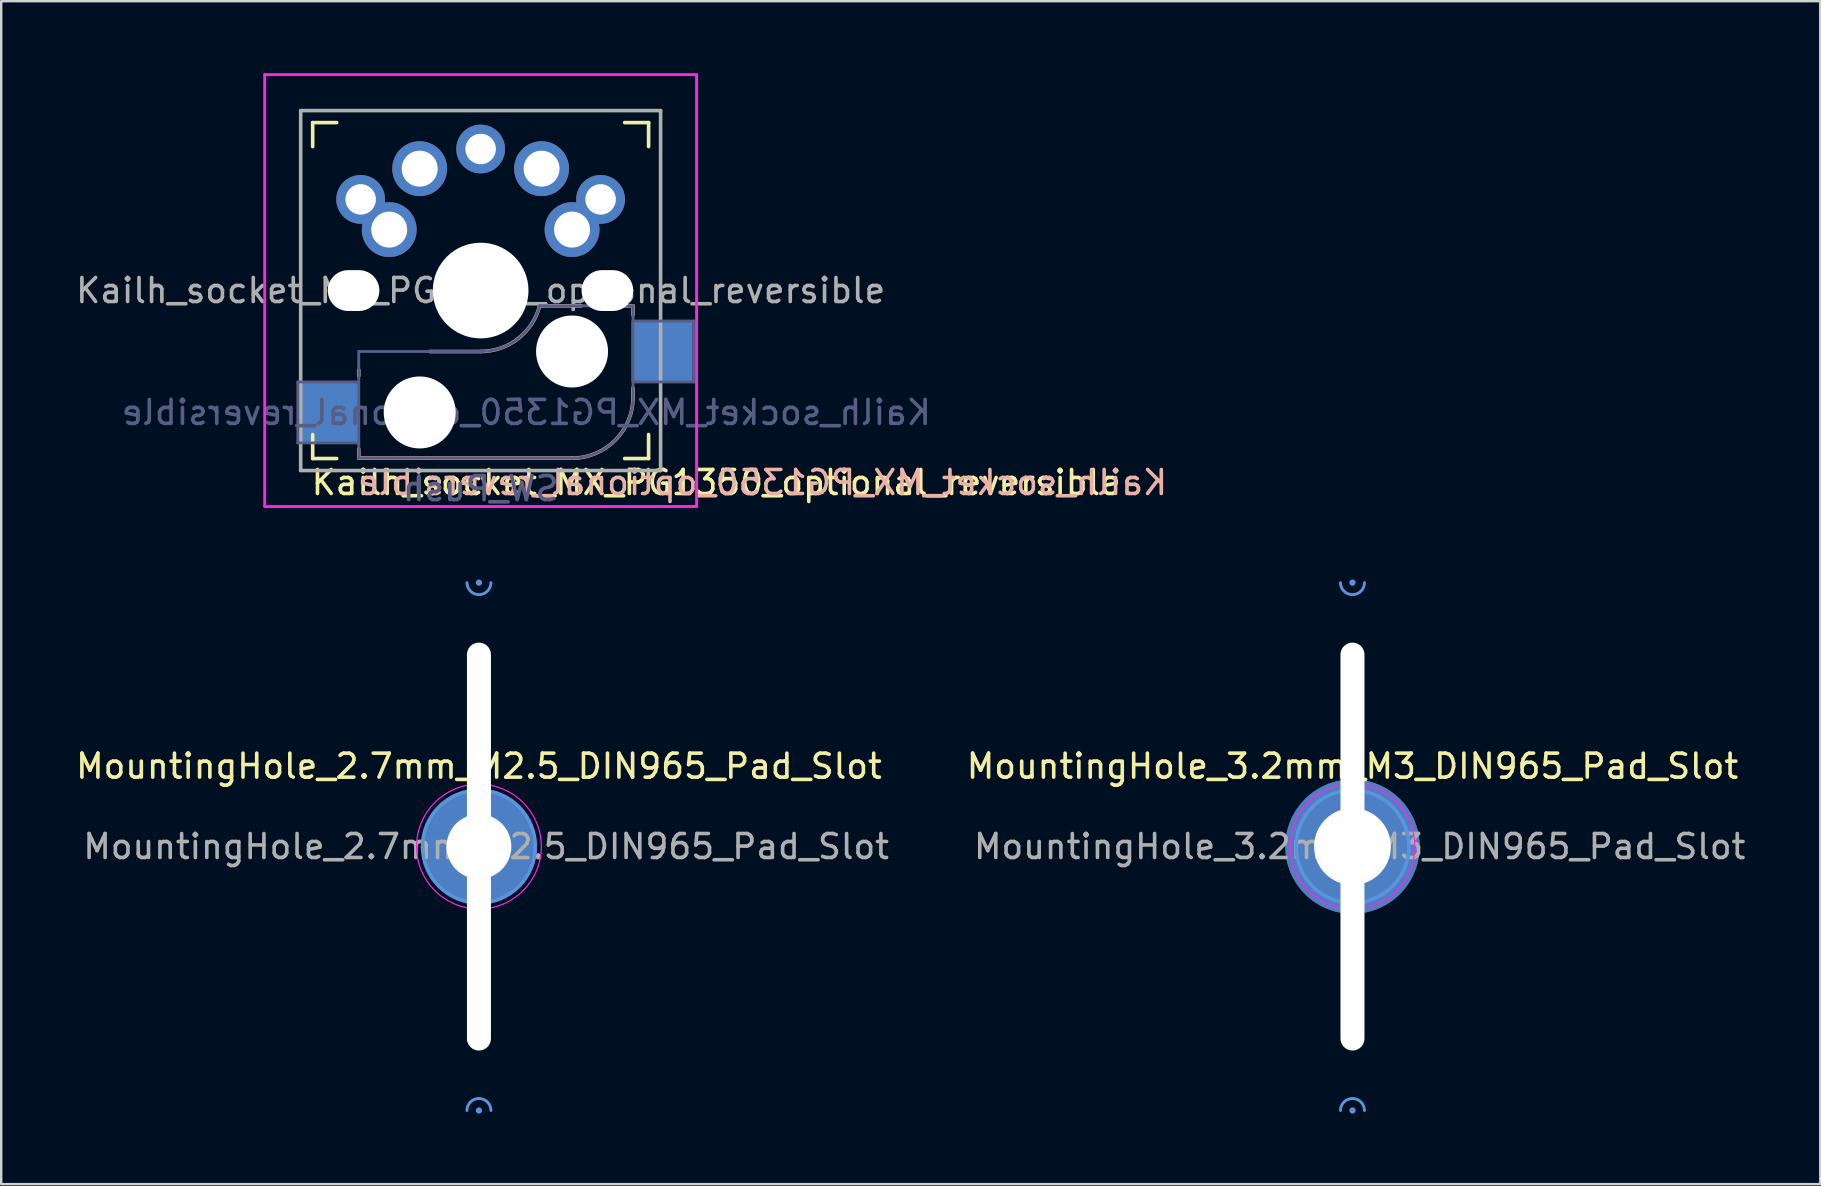
<source format=kicad_pcb>
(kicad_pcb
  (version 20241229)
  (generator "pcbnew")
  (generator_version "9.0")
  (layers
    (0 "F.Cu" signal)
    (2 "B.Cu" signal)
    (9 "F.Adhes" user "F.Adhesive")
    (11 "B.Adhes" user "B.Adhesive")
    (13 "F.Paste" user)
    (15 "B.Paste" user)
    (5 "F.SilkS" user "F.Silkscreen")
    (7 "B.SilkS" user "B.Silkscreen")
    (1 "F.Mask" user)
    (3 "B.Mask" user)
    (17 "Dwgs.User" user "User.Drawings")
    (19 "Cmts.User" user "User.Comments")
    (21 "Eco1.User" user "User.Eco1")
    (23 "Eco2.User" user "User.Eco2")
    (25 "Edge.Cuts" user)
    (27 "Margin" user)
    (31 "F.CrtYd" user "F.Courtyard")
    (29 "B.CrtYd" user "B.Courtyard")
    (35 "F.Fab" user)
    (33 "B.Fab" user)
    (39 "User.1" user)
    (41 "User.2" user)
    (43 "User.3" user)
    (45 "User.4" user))
  (footprint "MountingHole_2.7mm_M2.5_DIN965_Pad_Slot"
    (layer "F.Cu")
    (at 16.911 32.233)
    (property "Reference" "MountingHole_2.7mm_M2.5_DIN965_Pad_Slot" (at 0 -3.35 0) (layer "F.SilkS") (effects (font (size 1 1) (thickness 0.15))))
    (attr exclude_from_pos_files exclude_from_bom)
    (fp_arc (start -0.5 11) (mid 0 10.5) (end 0.5 11) (stroke (width 0.12) (type solid)) (layer "Cmts.User"))
    (fp_arc (start 0.5 -11) (mid 0 -10.5) (end -0.5 -11) (stroke (width 0.12) (type solid)) (layer "Cmts.User"))
    (fp_circle (center 0 -11) (end 0.01 -11) (stroke (width 0.12) (type solid)) (fill no) (layer "Cmts.User"))
    (fp_circle (center 0 0) (end 2.35 0) (stroke (width 0.15) (type solid)) (fill no) (layer "Cmts.User"))
    (fp_circle (center 0 11) (end 0.01 11) (stroke (width 0.12) (type solid)) (fill no) (layer "Cmts.User"))
    (fp_circle (center 0 0) (end 2.6 0) (stroke (width 0.05) (type solid)) (fill no) (layer "F.CrtYd"))
    (fp_text user "${REFERENCE}" (at 0.3 0 0) (layer "F.Fab") (effects (font (size 1 1) (thickness 0.15))))
    (pad "" np_thru_hole oval (at 0 0) (size 1 17) (drill oval 1 17) (layers "*.Cu" "*.Mask"))
    (pad "1" thru_hole circle (at 0 0) (size 4.7 4.7) (drill 2.7) (layers "*.Cu" "*.Mask")))
  (footprint "MountingHole_3.2mm_M3_DIN965_Pad_Slot"
    (layer "F.Cu")
    (at 53.318 32.233)
    (property "Reference" "MountingHole_3.2mm_M3_DIN965_Pad_Slot" (at 0 -3.35 0) (layer "F.SilkS") (effects (font (size 1 1) (thickness 0.15))))
    (attr exclude_from_pos_files exclude_from_bom)
    (fp_arc (start -0.5 11) (mid 0 10.5) (end 0.5 11) (stroke (width 0.12) (type solid)) (layer "Cmts.User"))
    (fp_arc (start 0.5 -11) (mid 0 -10.5) (end -0.5 -11) (stroke (width 0.12) (type solid)) (layer "Cmts.User"))
    (fp_circle (center 0 -11) (end 0.01 -11) (stroke (width 0.12) (type solid)) (fill no) (layer "Cmts.User"))
    (fp_circle (center 0 0) (end 2.35 0) (stroke (width 0.15) (type solid)) (fill no) (layer "Cmts.User"))
    (fp_circle (center 0 11) (end 0.01 11) (stroke (width 0.12) (type solid)) (fill no) (layer "Cmts.User"))
    (fp_circle (center 0 0) (end 2.6 0) (stroke (width 0.05) (type solid)) (fill no) (layer "F.CrtYd"))
    (fp_text user "${REFERENCE}" (at 0.3 0 0) (layer "F.Fab") (effects (font (size 1 1) (thickness 0.15))))
    (pad "" np_thru_hole oval (at 0 0) (size 1 17) (drill oval 1 17) (layers "*.Cu" "*.Mask"))
    (pad "1" thru_hole circle (at 0 0) (size 5.6 5.6) (drill 3.2) (layers "*.Cu" "*.Mask")))
  (footprint "Kailh_socket_MX_PG1350_optional_reversible"
    (layer "F.Cu")
    (at 16.982 9.06)
    (property "Reference" "Kailh_socket_MX_PG1350_optional_reversible" (at -7.137 8.001 180) (layer "F.SilkS") (effects (font (size 1 1) (thickness 0.15)) (justify left)))
    (property "Value" "SW_Push" (at 0 8.255 0) (layer "F.Fab") (hide yes) (effects (font (size 1 1) (thickness 0.15))))
    (attr through_hole)
    (fp_line (start -7 -6) (end -7 -7) (stroke (width 0.15) (type solid)) (layer "F.SilkS"))
    (fp_line (start -7 7) (end -7 6) (stroke (width 0.15) (type solid)) (layer "F.SilkS"))
    (fp_line (start -7 7) (end -6 7) (stroke (width 0.15) (type solid)) (layer "F.SilkS"))
    (fp_line (start -6 -7) (end -7 -7) (stroke (width 0.15) (type solid)) (layer "F.SilkS"))
    (fp_line (start 6 7) (end 7 7) (stroke (width 0.15) (type solid)) (layer "F.SilkS"))
    (fp_line (start 7 -7) (end 6 -7) (stroke (width 0.15) (type solid)) (layer "F.SilkS"))
    (fp_line (start 7 -7) (end 7 -6) (stroke (width 0.15) (type solid)) (layer "F.SilkS"))
    (fp_line (start 7 6) (end 7 7) (stroke (width 0.15) (type solid)) (layer "F.SilkS"))
    (fp_line (start -5.08 3.315) (end -5.08 3.556) (stroke (width 0.15) (type solid)) (layer "B.SilkS"))
    (fp_line (start -5.08 6.604) (end -5.08 6.985) (stroke (width 0.15) (type solid)) (layer "B.SilkS"))
    (fp_line (start -5.08 6.985) (end 3.81 6.985) (stroke (width 0.15) (type solid)) (layer "B.SilkS"))
    (fp_line (start 0 2.54) (end -2.121 2.54) (stroke (width 0.15) (type solid)) (layer "B.SilkS"))
    (fp_line (start 4.191 0.635) (end 2.54 0.635) (stroke (width 0.15) (type solid)) (layer "B.SilkS"))
    (fp_line (start 6.35 0.635) (end 5.969 0.635) (stroke (width 0.15) (type solid)) (layer "B.SilkS"))
    (fp_line (start 6.35 1.016) (end 6.35 0.635) (stroke (width 0.15) (type solid)) (layer "B.SilkS"))
    (fp_line (start 6.35 4.445) (end 6.35 4.064) (stroke (width 0.15) (type solid)) (layer "B.SilkS"))
    (fp_arc (start 2.464162 0.61604) (mid 1.563147 2.002042) (end 0 2.54) (stroke (width 0.15) (type solid)) (layer "B.SilkS"))
    (fp_arc (start 6.35 4.445) (mid 5.606051 6.241051) (end 3.81 6.985) (stroke (width 0.15) (type solid)) (layer "B.SilkS"))
    (fp_line (start -6.9 6.9) (end -6.9 -6.9) (stroke (width 0.15) (type solid)) (layer "Eco2.User"))
    (fp_line (start -6.9 6.9) (end 6.9 6.9) (stroke (width 0.15) (type solid)) (layer "Eco2.User"))
    (fp_line (start 6.9 -6.9) (end -6.9 -6.9) (stroke (width 0.15) (type solid)) (layer "Eco2.User"))
    (fp_line (start 6.9 -6.9) (end 6.9 6.9) (stroke (width 0.15) (type solid)) (layer "Eco2.User"))
    (fp_line (start -9 9) (end -9 -9) (stroke (width 0.12) (type solid)) (layer "F.CrtYd"))
    (fp_line (start 9 -9) (end -9 -9) (stroke (width 0.12) (type solid)) (layer "F.CrtYd"))
    (fp_line (start 9 9) (end -9 9) (stroke (width 0.12) (type solid)) (layer "F.CrtYd"))
    (fp_line (start 9 9) (end 9 -9) (stroke (width 0.12) (type solid)) (layer "F.CrtYd"))
    (fp_line (start -7.62 3.81) (end -7.62 6.35) (stroke (width 0.12) (type solid)) (layer "B.Fab"))
    (fp_line (start -7.62 6.35) (end -5.08 6.35) (stroke (width 0.12) (type solid)) (layer "B.Fab"))
    (fp_line (start -5.08 2.54) (end -5.08 6.985) (stroke (width 0.12) (type solid)) (layer "B.Fab"))
    (fp_line (start -5.08 3.81) (end -7.62 3.81) (stroke (width 0.12) (type solid)) (layer "B.Fab"))
    (fp_line (start -5.08 6.985) (end 3.81 6.985) (stroke (width 0.12) (type solid)) (layer "B.Fab"))
    (fp_line (start 0 2.54) (end -5.08 2.54) (stroke (width 0.12) (type solid)) (layer "B.Fab"))
    (fp_line (start 6.35 0.635) (end 2.54 0.635) (stroke (width 0.12) (type solid)) (layer "B.Fab"))
    (fp_line (start 6.35 3.81) (end 8.89 3.81) (stroke (width 0.12) (type solid)) (layer "B.Fab"))
    (fp_line (start 6.35 4.445) (end 6.35 0.635) (stroke (width 0.12) (type solid)) (layer "B.Fab"))
    (fp_line (start 8.89 1.27) (end 6.35 1.27) (stroke (width 0.12) (type solid)) (layer "B.Fab"))
    (fp_line (start 8.89 3.81) (end 8.89 1.27) (stroke (width 0.12) (type solid)) (layer "B.Fab"))
    (fp_arc (start 2.464162 0.61604) (mid 1.563147 2.002042) (end 0 2.54) (stroke (width 0.12) (type solid)) (layer "B.Fab"))
    (fp_arc (start 6.35 4.445) (mid 5.606051 6.241051) (end 3.81 6.985) (stroke (width 0.12) (type solid)) (layer "B.Fab"))
    (fp_line (start -7.5 -7.5) (end 7.5 -7.5) (stroke (width 0.15) (type solid)) (layer "F.Fab"))
    (fp_line (start -7.5 7.5) (end -7.5 -7.5) (stroke (width 0.15) (type solid)) (layer "F.Fab"))
    (fp_line (start 7.5 -7.5) (end 7.5 7.5) (stroke (width 0.15) (type solid)) (layer "F.Fab"))
    (fp_line (start 7.5 7.5) (end -7.5 7.5) (stroke (width 0.15) (type solid)) (layer "F.Fab"))
    (fp_text user "${REFERENCE}" (at -5.207 8.001 180) (layer "B.SilkS") (effects (font (size 1 1) (thickness 0.15)) (justify right mirror)))
    (fp_text user "${REFERENCE}" (at 1.905 5.08 0) (layer "B.Fab") (effects (font (size 1 1) (thickness 0.15)) (justify mirror)))
    (fp_text user "${VALUE}" (at 0 8.255 0) (layer "B.Fab") (effects (font (size 1 1) (thickness 0.15)) (justify mirror)))
    (fp_text user "${REFERENCE}" (at 0 0 0) (layer "F.Fab") (effects (font (size 1 1) (thickness 0.15))))
    (pad "" np_thru_hole oval (at -5.296 0 180) (size 2.15 1.702) (drill oval 2.15 1.702) (layers "*.Cu" "*.Mask"))
    (pad "" np_thru_hole circle (at -2.54 5.08) (size 3 3) (drill 3) (layers "*.Cu" "*.Mask"))
    (pad "" np_thru_hole circle (at 0 0) (size 3.988 3.988) (drill 3.988) (layers "*.Cu" "*.Mask"))
    (pad "" np_thru_hole circle (at 3.81 2.54) (size 3 3) (drill 3) (layers "*.Cu" "*.Mask"))
    (pad "" np_thru_hole oval (at 5.283 0 180) (size 2.15 1.702) (drill oval 2.15 1.702) (layers "*.Cu" "*.Mask"))
    (pad "1" thru_hole circle (at -5 -3.8 180) (size 2.032 2.032) (drill 1.27) (layers "*.Cu" "*.Mask"))
    (pad "1" thru_hole circle (at -3.81 -2.54) (size 2.286 2.286) (drill 1.499) (layers "*.Cu" "*.Mask"))
    (pad "1" thru_hole circle (at 3.81 -2.54 180) (size 2.286 2.286) (drill 1.499) (layers "*.Cu" "*.Mask"))
    (pad "1" thru_hole circle (at 5 -3.8 180) (size 2.032 2.032) (drill 1.27) (layers "*.Cu" "*.Mask"))
    (pad "1" smd rect (at 7.56 2.54) (size 2.55 2.5) (layers "B.Cu" "B.Mask" "B.Paste"))
    (pad "2" smd rect (at -6.34 5.08) (size 2.5 2.5) (layers "B.Cu" "B.Mask" "B.Paste"))
    (pad "2" thru_hole circle (at -2.54 -5.08 180) (size 2.286 2.286) (drill 1.499) (layers "*.Cu" "*.Mask"))
    (pad "2" thru_hole circle (at 0 -5.9) (size 2.032 2.032) (drill 1.27) (layers "*.Cu" "*.Mask"))
    (pad "2" thru_hole circle (at 2.54 -5.08) (size 2.286 2.286) (drill 1.499) (layers "*.Cu" "*.Mask")))
  (gr_rect
    (start -3 -3)
    (end 72.814 46.303)
    (stroke (width 0.1) (type default))
    (fill no)
    (layer "Edge.Cuts")))
</source>
